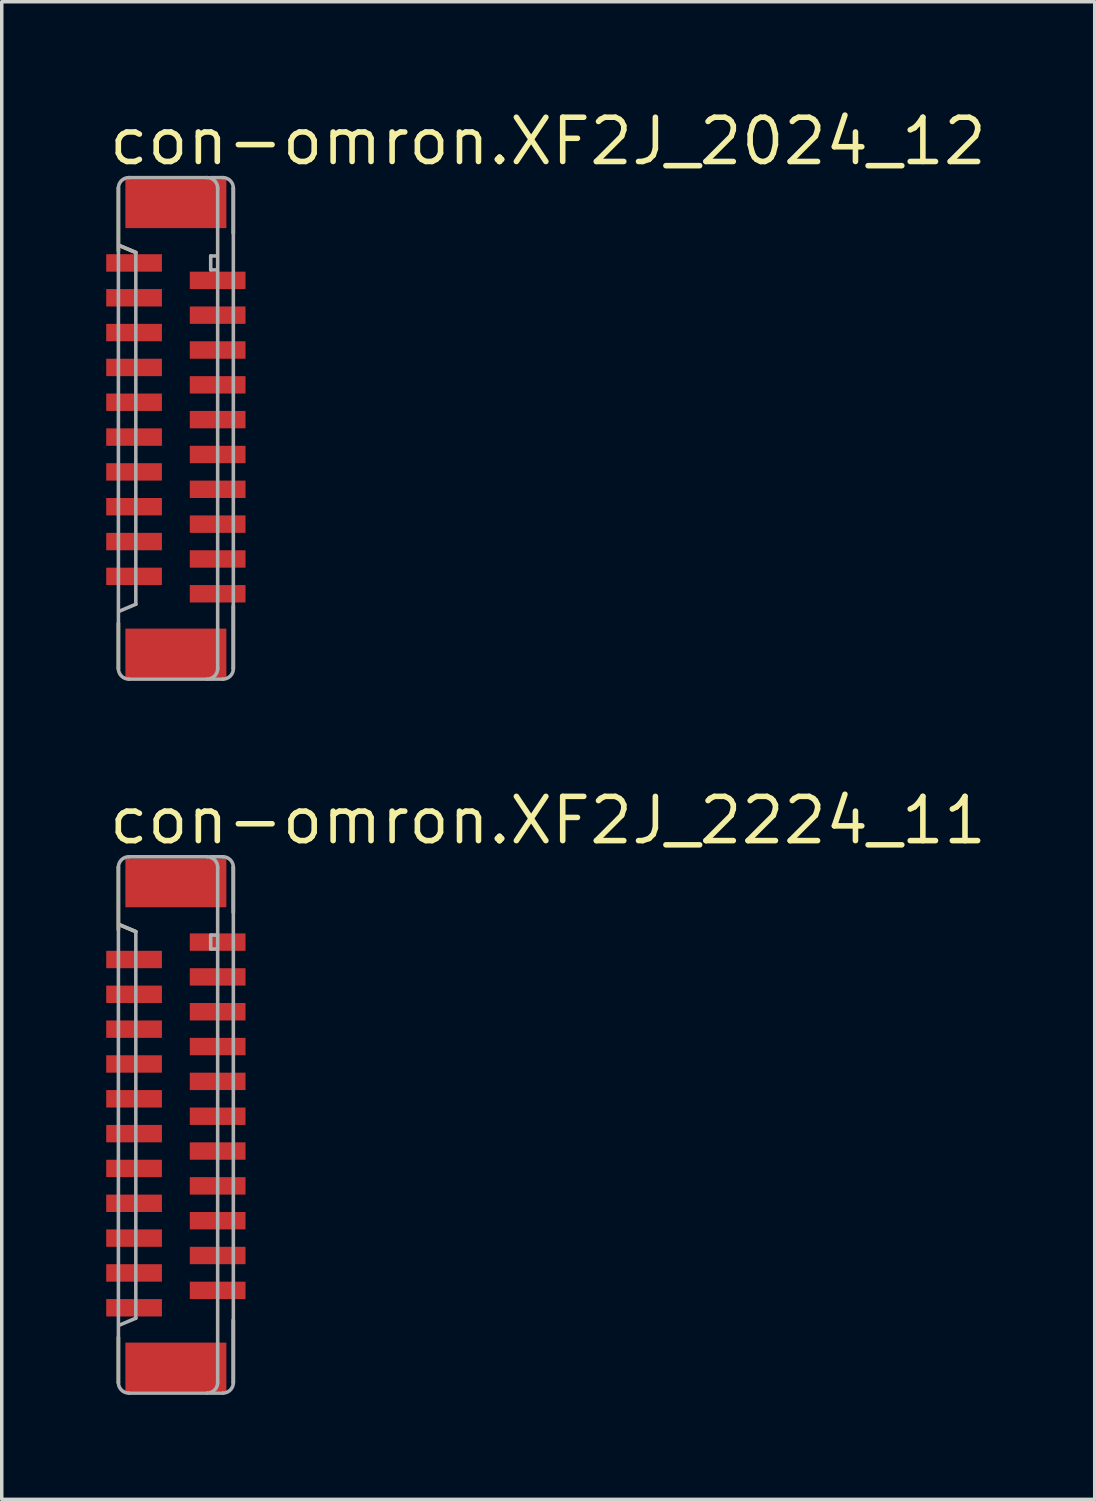
<source format=kicad_pcb>
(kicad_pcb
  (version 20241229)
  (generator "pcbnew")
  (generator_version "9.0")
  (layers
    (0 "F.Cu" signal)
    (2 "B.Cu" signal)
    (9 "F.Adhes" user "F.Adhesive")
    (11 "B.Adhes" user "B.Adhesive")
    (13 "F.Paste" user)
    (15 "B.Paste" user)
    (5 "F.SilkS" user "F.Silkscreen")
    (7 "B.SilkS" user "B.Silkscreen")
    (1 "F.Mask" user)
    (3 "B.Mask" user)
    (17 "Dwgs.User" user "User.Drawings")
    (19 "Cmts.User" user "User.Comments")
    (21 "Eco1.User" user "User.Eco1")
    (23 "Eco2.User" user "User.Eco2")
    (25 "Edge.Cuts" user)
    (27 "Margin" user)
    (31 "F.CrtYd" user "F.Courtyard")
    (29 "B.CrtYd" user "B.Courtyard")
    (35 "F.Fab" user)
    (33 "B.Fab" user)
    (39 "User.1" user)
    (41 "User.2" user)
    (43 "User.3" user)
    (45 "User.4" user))
  (footprint "con-omron.XF2J_2024_12"
    (layer "F.Cu")
    (at 2 9.25)
    (property "Reference" "con-omron.XF2J_2024_12" (at -2 -7.5 0) (layer "F.SilkS") (effects (font (size 1.27 1.27) (thickness 0.16)) (justify left bottom)))
    (attr smd)
    (fp_line (start -1.65 -6.9) (end -1.65 -5.1) (stroke (width 0.102) (type default)) (layer "F.SilkS"))
    (fp_line (start -1.65 5.6) (end -1.65 6.9) (stroke (width 0.102) (type default)) (layer "F.SilkS"))
    (fp_line (start -1.625 -5.25) (end -1.15 -5.05) (stroke (width 0.102) (type default)) (layer "F.SilkS"))
    (fp_line (start 1.65 -5.6) (end 1.65 -6.9) (stroke (width 0.102) (type default)) (layer "F.SilkS"))
    (fp_line (start 1.65 6.9) (end 1.65 5.1) (stroke (width 0.102) (type default)) (layer "F.SilkS"))
    (fp_line (start -1.65 -6.9) (end -1.65 6.9) (stroke (width 0.102) (type default)) (layer "F.Fab"))
    (fp_line (start -1.625 -5.25) (end -1.15 -5.05) (stroke (width 0.102) (type default)) (layer "F.Fab"))
    (fp_line (start -1.35 7.2) (end 0.9 7.2) (stroke (width 0.102) (type default)) (layer "F.Fab"))
    (fp_line (start -1.15 -5.05) (end -1.15 5.05) (stroke (width 0.102) (type default)) (layer "F.Fab"))
    (fp_line (start -1.15 5.05) (end -1.625 5.25) (stroke (width 0.102) (type default)) (layer "F.Fab"))
    (fp_line (start 0.9 -7.2) (end -1.35 -7.2) (stroke (width 0.102) (type default)) (layer "F.Fab"))
    (fp_line (start 0.975 7.2) (end 1.35 7.2) (stroke (width 0.102) (type default)) (layer "F.Fab"))
    (fp_line (start 1 -7.2) (end 1.35 -7.2) (stroke (width 0.102) (type default)) (layer "F.Fab"))
    (fp_line (start 1 -4.95) (end 1 -4.55) (stroke (width 0.102) (type default)) (layer "F.Fab"))
    (fp_line (start 1 -4.55) (end 1.15 -4.55) (stroke (width 0.102) (type default)) (layer "F.Fab"))
    (fp_line (start 1.15 -4.95) (end 1 -4.95) (stroke (width 0.102) (type default)) (layer "F.Fab"))
    (fp_line (start 1.2 6.9) (end 1.2 -6.9) (stroke (width 0.102) (type default)) (layer "F.Fab"))
    (fp_line (start 1.65 6.9) (end 1.65 -6.9) (stroke (width 0.102) (type default)) (layer "F.Fab"))
    (fp_arc (start -1.65 -6.9) (mid -1.562132 -7.112132) (end -1.35 -7.2) (stroke (width 0.1016) (type default)) (layer "F.Fab"))
    (fp_arc (start -1.35 7.2) (mid -1.562132 7.112132) (end -1.65 6.9) (stroke (width 0.1016) (type default)) (layer "F.Fab"))
    (fp_arc (start 0.9 -7.2) (mid 1.112132 -7.112132) (end 1.2 -6.9) (stroke (width 0.1016) (type default)) (layer "F.Fab"))
    (fp_arc (start 1.2 6.9) (mid 1.112132 7.112132) (end 0.9 7.2) (stroke (width 0.1016) (type default)) (layer "F.Fab"))
    (fp_arc (start 1.35 -7.2) (mid 1.562132 -7.112132) (end 1.65 -6.9) (stroke (width 0.1016) (type default)) (layer "F.Fab"))
    (fp_arc (start 1.65 6.9) (mid 1.562132 7.112132) (end 1.35 7.2) (stroke (width 0.1016) (type default)) (layer "F.Fab"))
    (pad "1" smd roundrect (at -1.2 -4.75 270) (size 0.5 1.6) (layers "F.Cu" "F.Mask" "F.Paste") (roundrect_rratio 0.01))
    (pad "2" smd roundrect (at 1.2 -4.25 90) (size 0.5 1.6) (layers "F.Cu" "F.Mask" "F.Paste") (roundrect_rratio 0.01))
    (pad "3" smd roundrect (at -1.2 -3.75 270) (size 0.5 1.6) (layers "F.Cu" "F.Mask" "F.Paste") (roundrect_rratio 0.01))
    (pad "4" smd roundrect (at 1.2 -3.25 90) (size 0.5 1.6) (layers "F.Cu" "F.Mask" "F.Paste") (roundrect_rratio 0.01))
    (pad "5" smd roundrect (at -1.2 -2.75 270) (size 0.5 1.6) (layers "F.Cu" "F.Mask" "F.Paste") (roundrect_rratio 0.01))
    (pad "6" smd roundrect (at 1.2 -2.25 90) (size 0.5 1.6) (layers "F.Cu" "F.Mask" "F.Paste") (roundrect_rratio 0.01))
    (pad "7" smd roundrect (at -1.2 -1.75 270) (size 0.5 1.6) (layers "F.Cu" "F.Mask" "F.Paste") (roundrect_rratio 0.01))
    (pad "8" smd roundrect (at 1.2 -1.25 90) (size 0.5 1.6) (layers "F.Cu" "F.Mask" "F.Paste") (roundrect_rratio 0.01))
    (pad "9" smd roundrect (at -1.2 -0.75 270) (size 0.5 1.6) (layers "F.Cu" "F.Mask" "F.Paste") (roundrect_rratio 0.01))
    (pad "10" smd roundrect (at 1.2 -0.25 90) (size 0.5 1.6) (layers "F.Cu" "F.Mask" "F.Paste") (roundrect_rratio 0.01))
    (pad "11" smd roundrect (at -1.2 0.25 270) (size 0.5 1.6) (layers "F.Cu" "F.Mask" "F.Paste") (roundrect_rratio 0.01))
    (pad "12" smd roundrect (at 1.2 0.75 90) (size 0.5 1.6) (layers "F.Cu" "F.Mask" "F.Paste") (roundrect_rratio 0.01))
    (pad "13" smd roundrect (at -1.2 1.25 270) (size 0.5 1.6) (layers "F.Cu" "F.Mask" "F.Paste") (roundrect_rratio 0.01))
    (pad "14" smd roundrect (at 1.2 1.75 90) (size 0.5 1.6) (layers "F.Cu" "F.Mask" "F.Paste") (roundrect_rratio 0.01))
    (pad "15" smd roundrect (at -1.2 2.25 270) (size 0.5 1.6) (layers "F.Cu" "F.Mask" "F.Paste") (roundrect_rratio 0.01))
    (pad "16" smd roundrect (at 1.2 2.75 90) (size 0.5 1.6) (layers "F.Cu" "F.Mask" "F.Paste") (roundrect_rratio 0.01))
    (pad "17" smd roundrect (at -1.2 3.25 270) (size 0.5 1.6) (layers "F.Cu" "F.Mask" "F.Paste") (roundrect_rratio 0.01))
    (pad "18" smd roundrect (at 1.2 3.75 90) (size 0.5 1.6) (layers "F.Cu" "F.Mask" "F.Paste") (roundrect_rratio 0.01))
    (pad "19" smd roundrect (at -1.2 4.25 270) (size 0.5 1.6) (layers "F.Cu" "F.Mask" "F.Paste") (roundrect_rratio 0.01))
    (pad "20" smd roundrect (at 1.2 4.75 90) (size 0.5 1.6) (layers "F.Cu" "F.Mask" "F.Paste") (roundrect_rratio 0.01))
    (pad "M1" smd roundrect (at 0 -6.45 270) (size 1.4 2.9) (layers "F.Cu" "F.Mask" "F.Paste") (roundrect_rratio 0.01))
    (pad "M2" smd roundrect (at 0 6.45 270) (size 1.4 2.9) (layers "F.Cu" "F.Mask" "F.Paste") (roundrect_rratio 0.01)))
  (footprint "con-omron.XF2J_2224_11"
    (layer "F.Cu")
    (at 2 29.251)
    (property "Reference" "con-omron.XF2J_2224_11" (at -2 -8 0) (layer "F.SilkS") (effects (font (size 1.27 1.27) (thickness 0.16)) (justify left bottom)))
    (attr smd)
    (fp_line (start -1.65 -7.4) (end -1.65 -5.6) (stroke (width 0.102) (type default)) (layer "F.SilkS"))
    (fp_line (start -1.65 6.1) (end -1.65 7.4) (stroke (width 0.102) (type default)) (layer "F.SilkS"))
    (fp_line (start -1.625 -5.75) (end -1.15 -5.55) (stroke (width 0.102) (type default)) (layer "F.SilkS"))
    (fp_line (start 1.65 -6.1) (end 1.65 -7.4) (stroke (width 0.102) (type default)) (layer "F.SilkS"))
    (fp_line (start 1.65 7.4) (end 1.65 5.6) (stroke (width 0.102) (type default)) (layer "F.SilkS"))
    (fp_line (start -1.65 -7.4) (end -1.65 7.4) (stroke (width 0.102) (type default)) (layer "F.Fab"))
    (fp_line (start -1.625 -5.75) (end -1.15 -5.55) (stroke (width 0.102) (type default)) (layer "F.Fab"))
    (fp_line (start -1.35 7.7) (end 0.9 7.7) (stroke (width 0.102) (type default)) (layer "F.Fab"))
    (fp_line (start -1.15 -5.55) (end -1.15 5.55) (stroke (width 0.102) (type default)) (layer "F.Fab"))
    (fp_line (start -1.15 5.55) (end -1.625 5.75) (stroke (width 0.102) (type default)) (layer "F.Fab"))
    (fp_line (start 0.9 -7.7) (end -1.35 -7.7) (stroke (width 0.102) (type default)) (layer "F.Fab"))
    (fp_line (start 0.975 7.7) (end 1.35 7.7) (stroke (width 0.102) (type default)) (layer "F.Fab"))
    (fp_line (start 1 -7.7) (end 1.35 -7.7) (stroke (width 0.102) (type default)) (layer "F.Fab"))
    (fp_line (start 1 -5.45) (end 1 -5.05) (stroke (width 0.102) (type default)) (layer "F.Fab"))
    (fp_line (start 1 -5.05) (end 1.15 -5.05) (stroke (width 0.102) (type default)) (layer "F.Fab"))
    (fp_line (start 1.15 -5.45) (end 1 -5.45) (stroke (width 0.102) (type default)) (layer "F.Fab"))
    (fp_line (start 1.2 7.4) (end 1.2 -7.4) (stroke (width 0.102) (type default)) (layer "F.Fab"))
    (fp_line (start 1.65 7.4) (end 1.65 -7.4) (stroke (width 0.102) (type default)) (layer "F.Fab"))
    (fp_arc (start -1.65 -7.4) (mid -1.562132 -7.612132) (end -1.35 -7.7) (stroke (width 0.1016) (type default)) (layer "F.Fab"))
    (fp_arc (start -1.35 7.7) (mid -1.562132 7.612132) (end -1.65 7.4) (stroke (width 0.1016) (type default)) (layer "F.Fab"))
    (fp_arc (start 0.9 -7.7) (mid 1.112132 -7.612132) (end 1.2 -7.4) (stroke (width 0.1016) (type default)) (layer "F.Fab"))
    (fp_arc (start 1.2 7.4) (mid 1.112132 7.612132) (end 0.9 7.7) (stroke (width 0.1016) (type default)) (layer "F.Fab"))
    (fp_arc (start 1.35 -7.7) (mid 1.562132 -7.612132) (end 1.65 -7.4) (stroke (width 0.1016) (type default)) (layer "F.Fab"))
    (fp_arc (start 1.65 7.4) (mid 1.562132 7.612132) (end 1.35 7.7) (stroke (width 0.1016) (type default)) (layer "F.Fab"))
    (pad "1" smd roundrect (at 1.2 -5.25 270) (size 0.5 1.6) (layers "F.Cu" "F.Mask" "F.Paste") (roundrect_rratio 0.01))
    (pad "2" smd roundrect (at -1.2 -4.75 90) (size 0.5 1.6) (layers "F.Cu" "F.Mask" "F.Paste") (roundrect_rratio 0.01))
    (pad "3" smd roundrect (at 1.2 -4.25 270) (size 0.5 1.6) (layers "F.Cu" "F.Mask" "F.Paste") (roundrect_rratio 0.01))
    (pad "4" smd roundrect (at -1.2 -3.75 90) (size 0.5 1.6) (layers "F.Cu" "F.Mask" "F.Paste") (roundrect_rratio 0.01))
    (pad "5" smd roundrect (at 1.2 -3.25 270) (size 0.5 1.6) (layers "F.Cu" "F.Mask" "F.Paste") (roundrect_rratio 0.01))
    (pad "6" smd roundrect (at -1.2 -2.75 90) (size 0.5 1.6) (layers "F.Cu" "F.Mask" "F.Paste") (roundrect_rratio 0.01))
    (pad "7" smd roundrect (at 1.2 -2.25 270) (size 0.5 1.6) (layers "F.Cu" "F.Mask" "F.Paste") (roundrect_rratio 0.01))
    (pad "8" smd roundrect (at -1.2 -1.75 90) (size 0.5 1.6) (layers "F.Cu" "F.Mask" "F.Paste") (roundrect_rratio 0.01))
    (pad "9" smd roundrect (at 1.2 -1.25 270) (size 0.5 1.6) (layers "F.Cu" "F.Mask" "F.Paste") (roundrect_rratio 0.01))
    (pad "10" smd roundrect (at -1.2 -0.75 90) (size 0.5 1.6) (layers "F.Cu" "F.Mask" "F.Paste") (roundrect_rratio 0.01))
    (pad "11" smd roundrect (at 1.2 -0.25 270) (size 0.5 1.6) (layers "F.Cu" "F.Mask" "F.Paste") (roundrect_rratio 0.01))
    (pad "12" smd roundrect (at -1.2 0.25 90) (size 0.5 1.6) (layers "F.Cu" "F.Mask" "F.Paste") (roundrect_rratio 0.01))
    (pad "13" smd roundrect (at 1.2 0.75 270) (size 0.5 1.6) (layers "F.Cu" "F.Mask" "F.Paste") (roundrect_rratio 0.01))
    (pad "14" smd roundrect (at -1.2 1.25 90) (size 0.5 1.6) (layers "F.Cu" "F.Mask" "F.Paste") (roundrect_rratio 0.01))
    (pad "15" smd roundrect (at 1.2 1.75 270) (size 0.5 1.6) (layers "F.Cu" "F.Mask" "F.Paste") (roundrect_rratio 0.01))
    (pad "16" smd roundrect (at -1.2 2.25 90) (size 0.5 1.6) (layers "F.Cu" "F.Mask" "F.Paste") (roundrect_rratio 0.01))
    (pad "17" smd roundrect (at 1.2 2.75 270) (size 0.5 1.6) (layers "F.Cu" "F.Mask" "F.Paste") (roundrect_rratio 0.01))
    (pad "18" smd roundrect (at -1.2 3.25 90) (size 0.5 1.6) (layers "F.Cu" "F.Mask" "F.Paste") (roundrect_rratio 0.01))
    (pad "19" smd roundrect (at 1.2 3.75 270) (size 0.5 1.6) (layers "F.Cu" "F.Mask" "F.Paste") (roundrect_rratio 0.01))
    (pad "20" smd roundrect (at -1.2 4.25 90) (size 0.5 1.6) (layers "F.Cu" "F.Mask" "F.Paste") (roundrect_rratio 0.01))
    (pad "21" smd roundrect (at 1.2 4.75 270) (size 0.5 1.6) (layers "F.Cu" "F.Mask" "F.Paste") (roundrect_rratio 0.01))
    (pad "22" smd roundrect (at -1.2 5.25 90) (size 0.5 1.6) (layers "F.Cu" "F.Mask" "F.Paste") (roundrect_rratio 0.01))
    (pad "M1" smd roundrect (at 0 -6.95 270) (size 1.4 2.9) (layers "F.Cu" "F.Mask" "F.Paste") (roundrect_rratio 0.01))
    (pad "M2" smd roundrect (at 0 6.95 270) (size 1.4 2.9) (layers "F.Cu" "F.Mask" "F.Paste") (roundrect_rratio 0.01)))
  (gr_rect
    (start -3 -3)
    (end 28.384 40.002)
    (stroke (width 0.1) (type default))
    (fill no)
    (layer "Edge.Cuts")))
</source>
